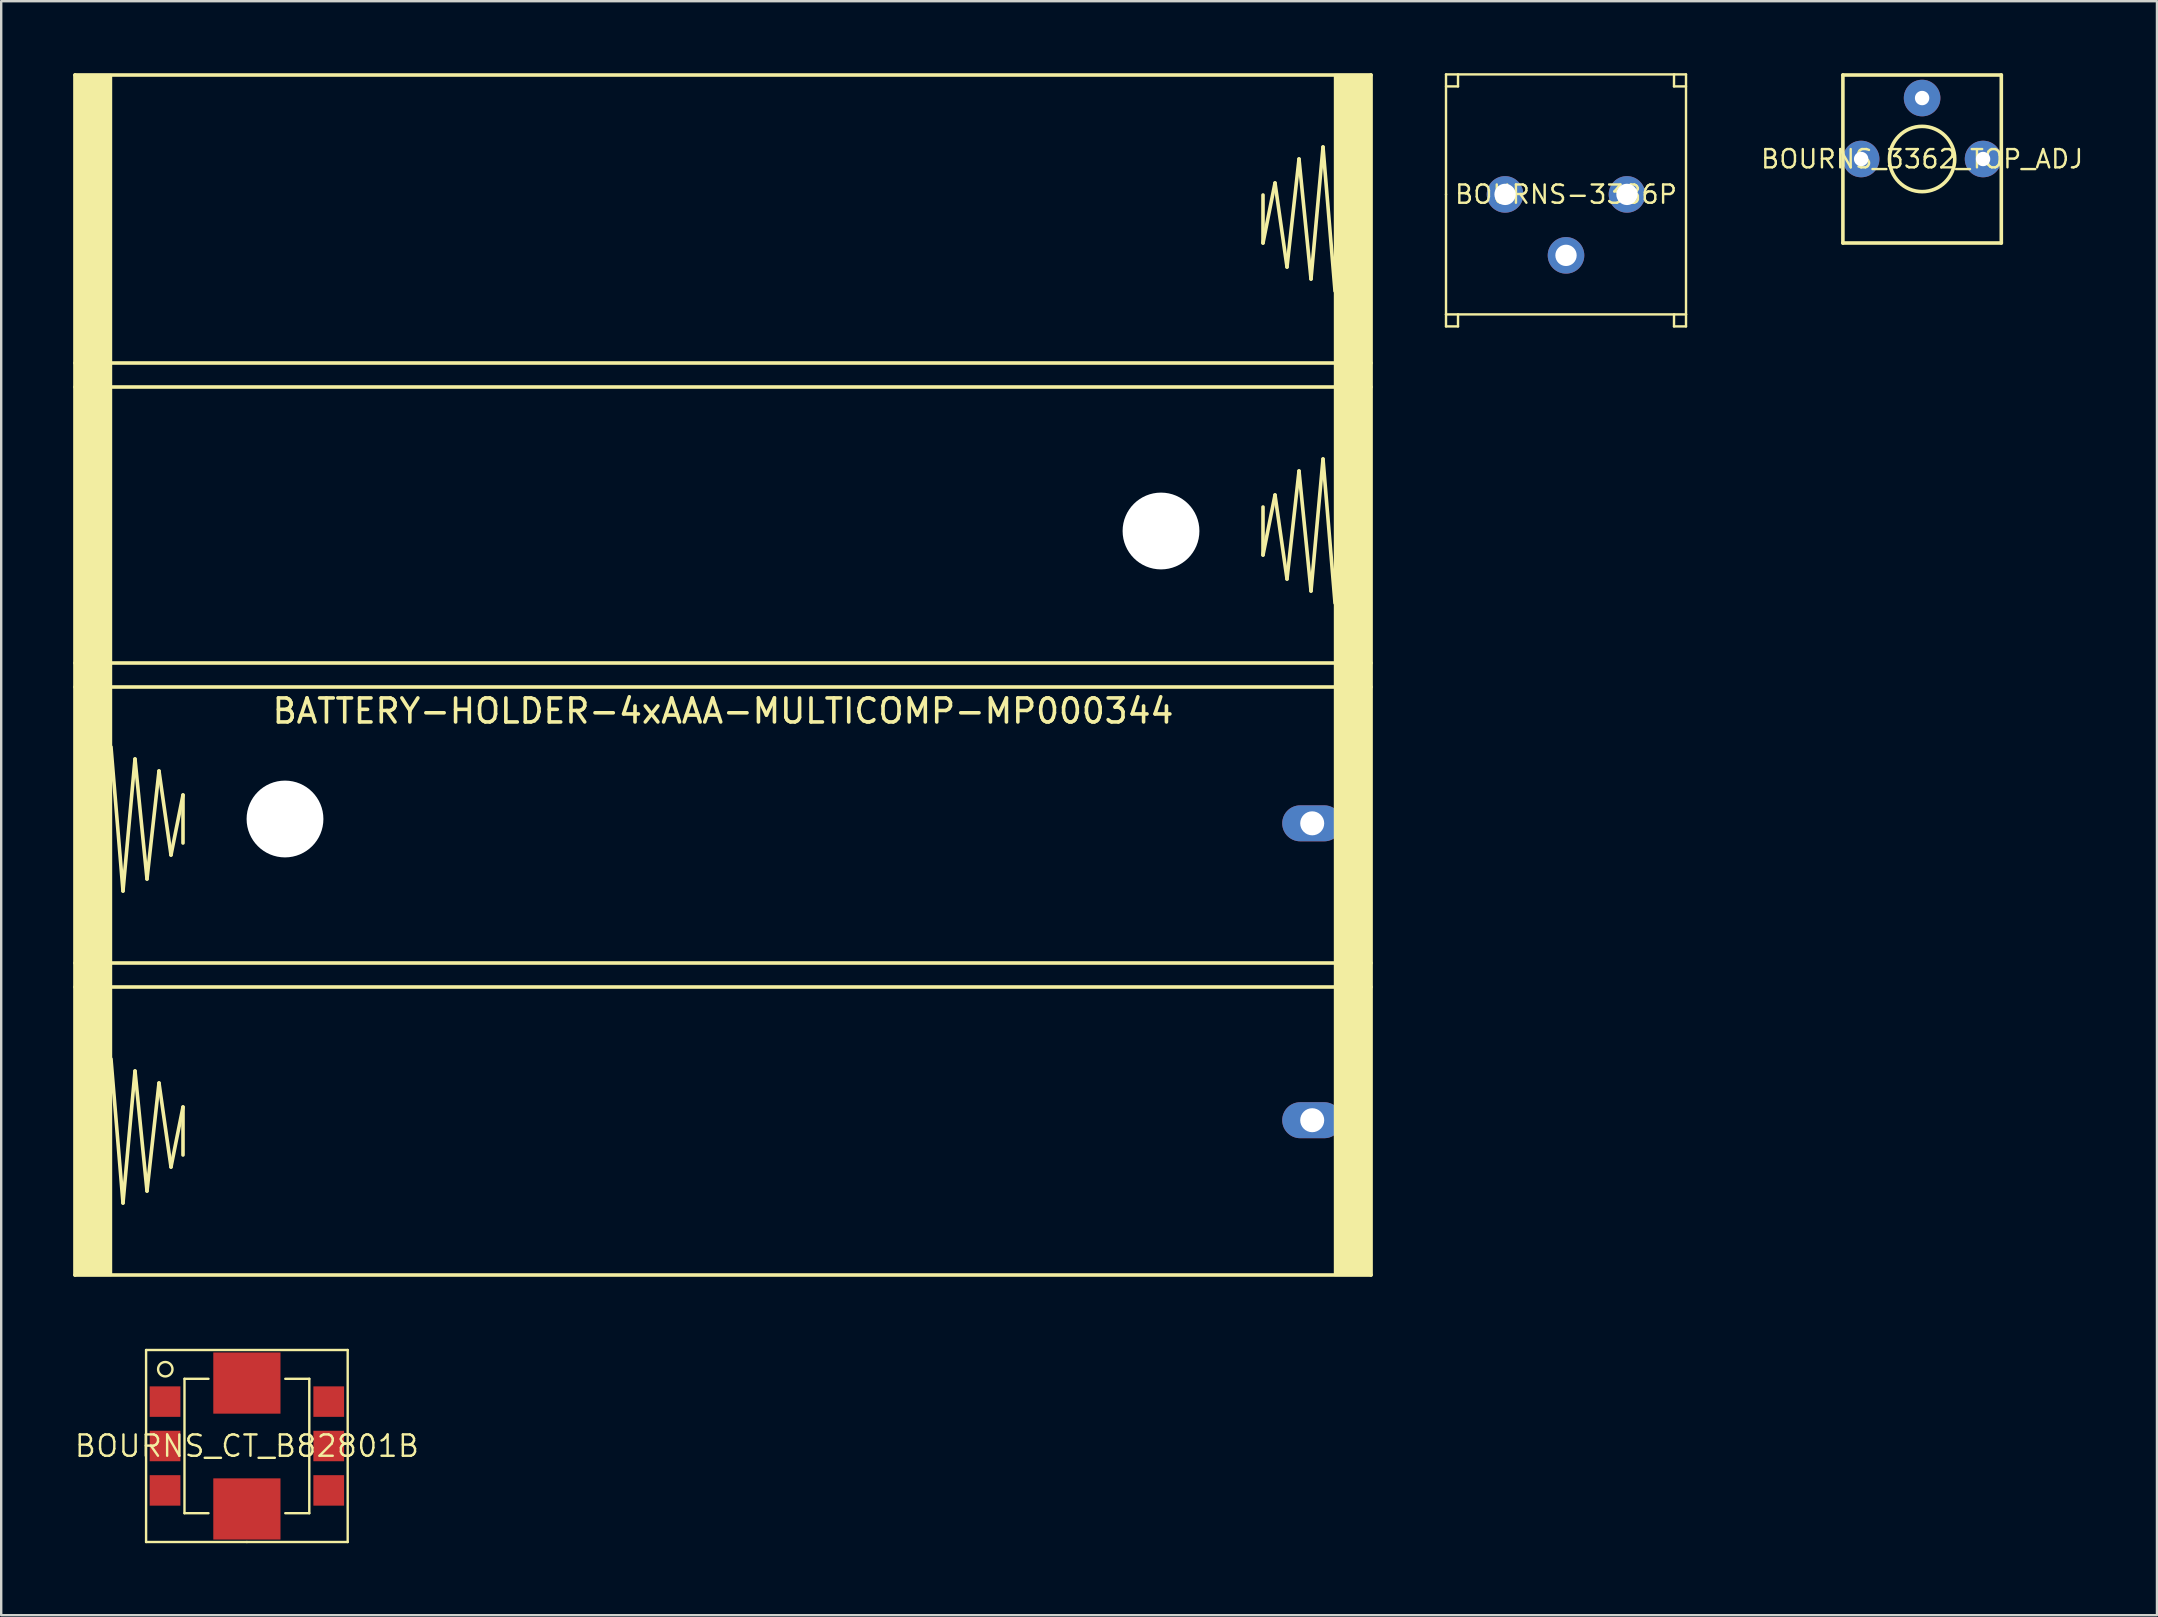
<source format=kicad_pcb>
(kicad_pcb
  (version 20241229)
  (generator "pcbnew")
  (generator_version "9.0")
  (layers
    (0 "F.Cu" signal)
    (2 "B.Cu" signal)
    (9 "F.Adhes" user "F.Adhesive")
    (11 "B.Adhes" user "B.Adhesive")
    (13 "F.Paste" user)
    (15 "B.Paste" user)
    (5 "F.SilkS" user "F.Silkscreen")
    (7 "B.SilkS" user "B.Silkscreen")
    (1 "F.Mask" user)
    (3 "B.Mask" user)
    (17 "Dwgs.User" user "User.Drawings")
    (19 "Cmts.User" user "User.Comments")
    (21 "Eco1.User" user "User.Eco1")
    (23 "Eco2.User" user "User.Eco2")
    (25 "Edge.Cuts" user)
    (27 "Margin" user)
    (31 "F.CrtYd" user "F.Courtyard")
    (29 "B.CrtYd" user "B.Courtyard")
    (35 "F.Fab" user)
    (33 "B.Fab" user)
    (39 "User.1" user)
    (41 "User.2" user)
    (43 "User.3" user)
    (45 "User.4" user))
  (footprint "BOURNS_CT_B82801B"
    (layer "F.Cu")
    (at 7.237 57.2)
    (property "Reference" "BOURNS_CT_B82801B" (at 0 0 0) (layer "F.SilkS") (effects (font (size 0.889 0.889) (thickness 0.1))))
    (attr through_hole)
    (fp_line (start -4.2 -4) (end -4.2 4) (stroke (width 0.1) (type solid)) (layer "F.SilkS"))
    (fp_line (start -2.6 -2.8) (end -2.6 2.8) (stroke (width 0.1) (type solid)) (layer "F.SilkS"))
    (fp_line (start -2.6 -2.8) (end -1.6 -2.8) (stroke (width 0.1) (type solid)) (layer "F.SilkS"))
    (fp_line (start -1.6 2.8) (end -2.6 2.8) (stroke (width 0.1) (type solid)) (layer "F.SilkS"))
    (fp_line (start 0 4) (end -4.2 4) (stroke (width 0.1) (type solid)) (layer "F.SilkS"))
    (fp_line (start 0 4) (end 4.2 4) (stroke (width 0.1) (type solid)) (layer "F.SilkS"))
    (fp_line (start 1.6 -2.8) (end 2.6 -2.8) (stroke (width 0.1) (type solid)) (layer "F.SilkS"))
    (fp_line (start 2.6 -2.8) (end 2.6 2.8) (stroke (width 0.1) (type solid)) (layer "F.SilkS"))
    (fp_line (start 2.6 2.8) (end 1.6 2.8) (stroke (width 0.1) (type solid)) (layer "F.SilkS"))
    (fp_line (start 4.2 -4) (end -4.2 -4) (stroke (width 0.1) (type solid)) (layer "F.SilkS"))
    (fp_line (start 4.2 4) (end 4.2 -4) (stroke (width 0.1) (type solid)) (layer "F.SilkS"))
    (fp_circle (center -3.4 -3.2) (end -3.7 -3.2) (stroke (width 0.1) (type solid)) (fill no) (layer "F.SilkS"))
    (pad "1" smd rect (at -3.41 -1.85) (size 1.28 1.27) (layers "F.Cu" "F.Mask" "F.Paste"))
    (pad "2" smd rect (at -3.41 0) (size 1.28 1.27) (layers "F.Cu" "F.Mask" "F.Paste"))
    (pad "3" smd rect (at -3.41 1.85) (size 1.28 1.27) (layers "F.Cu" "F.Mask" "F.Paste"))
    (pad "4" smd rect (at 3.41 1.85) (size 1.28 1.27) (layers "F.Cu" "F.Mask" "F.Paste"))
    (pad "5" smd rect (at 3.41 0) (size 1.28 1.27) (layers "F.Cu" "F.Mask" "F.Paste"))
    (pad "6" smd rect (at 3.41 -1.85) (size 1.28 1.27) (layers "F.Cu" "F.Mask" "F.Paste"))
    (pad "7" smd rect (at 0 2.623) (size 2.8 2.55) (layers "F.Cu" "F.Mask" "F.Paste"))
    (pad "8" smd rect (at 0 -2.623) (size 2.8 2.55) (layers "F.Cu" "F.Mask" "F.Paste")))
  (footprint "BATTERY-HOLDER-4xAAA-MULTICOMP-MP000344"
    (layer "F.Cu")
    (at 27.075 25.075)
    (property "Reference" "BATTERY-HOLDER-4xAAA-MULTICOMP-MP000344" (at 0 1.5 0) (layer "F.SilkS") (effects (font (size 1 1) (thickness 0.15))))
    (attr through_hole)
    (fp_line (start -27 -25) (end 27 -25) (stroke (width 0.15) (type solid)) (layer "F.SilkS"))
    (fp_line (start -27 -13) (end 27 -13) (stroke (width 0.15) (type solid)) (layer "F.SilkS"))
    (fp_line (start -27 -0.5) (end 27 -0.5) (stroke (width 0.15) (type solid)) (layer "F.SilkS"))
    (fp_line (start -27 0.5) (end 27 0.5) (stroke (width 0.15) (type solid)) (layer "F.SilkS"))
    (fp_line (start -27 13) (end 27 13) (stroke (width 0.15) (type solid)) (layer "F.SilkS"))
    (fp_line (start -27 25) (end -27 -25) (stroke (width 0.15) (type solid)) (layer "F.SilkS"))
    (fp_line (start -25.5 3) (end -25 9) (stroke (width 0.15) (type solid)) (layer "F.SilkS"))
    (fp_line (start -25.5 16) (end -25 22) (stroke (width 0.15) (type solid)) (layer "F.SilkS"))
    (fp_line (start -25 9) (end -24.5 3.5) (stroke (width 0.15) (type solid)) (layer "F.SilkS"))
    (fp_line (start -25 22) (end -24.5 16.5) (stroke (width 0.15) (type solid)) (layer "F.SilkS"))
    (fp_line (start -24.5 3.5) (end -24 8.5) (stroke (width 0.15) (type solid)) (layer "F.SilkS"))
    (fp_line (start -24.5 16.5) (end -24 21.5) (stroke (width 0.15) (type solid)) (layer "F.SilkS"))
    (fp_line (start -24 8.5) (end -23.5 4) (stroke (width 0.15) (type solid)) (layer "F.SilkS"))
    (fp_line (start -24 21.5) (end -23.5 17) (stroke (width 0.15) (type solid)) (layer "F.SilkS"))
    (fp_line (start -23.5 4) (end -23 7.5) (stroke (width 0.15) (type solid)) (layer "F.SilkS"))
    (fp_line (start -23.5 17) (end -23 20.5) (stroke (width 0.15) (type solid)) (layer "F.SilkS"))
    (fp_line (start -23 7.5) (end -22.5 5) (stroke (width 0.15) (type solid)) (layer "F.SilkS"))
    (fp_line (start -23 20.5) (end -22.5 18) (stroke (width 0.15) (type solid)) (layer "F.SilkS"))
    (fp_line (start -22.5 5) (end -22.5 7) (stroke (width 0.15) (type solid)) (layer "F.SilkS"))
    (fp_line (start -22.5 18) (end -22.5 20) (stroke (width 0.15) (type solid)) (layer "F.SilkS"))
    (fp_line (start 22.5 -18) (end 22.5 -20) (stroke (width 0.15) (type solid)) (layer "F.SilkS"))
    (fp_line (start 22.5 -5) (end 22.5 -7) (stroke (width 0.15) (type solid)) (layer "F.SilkS"))
    (fp_line (start 23 -20.5) (end 22.5 -18) (stroke (width 0.15) (type solid)) (layer "F.SilkS"))
    (fp_line (start 23 -7.5) (end 22.5 -5) (stroke (width 0.15) (type solid)) (layer "F.SilkS"))
    (fp_line (start 23.5 -17) (end 23 -20.5) (stroke (width 0.15) (type solid)) (layer "F.SilkS"))
    (fp_line (start 23.5 -4) (end 23 -7.5) (stroke (width 0.15) (type solid)) (layer "F.SilkS"))
    (fp_line (start 24 -21.5) (end 23.5 -17) (stroke (width 0.15) (type solid)) (layer "F.SilkS"))
    (fp_line (start 24 -8.5) (end 23.5 -4) (stroke (width 0.15) (type solid)) (layer "F.SilkS"))
    (fp_line (start 24.5 -16.5) (end 24 -21.5) (stroke (width 0.15) (type solid)) (layer "F.SilkS"))
    (fp_line (start 24.5 -3.5) (end 24 -8.5) (stroke (width 0.15) (type solid)) (layer "F.SilkS"))
    (fp_line (start 25 -22) (end 24.5 -16.5) (stroke (width 0.15) (type solid)) (layer "F.SilkS"))
    (fp_line (start 25 -9) (end 24.5 -3.5) (stroke (width 0.15) (type solid)) (layer "F.SilkS"))
    (fp_line (start 25.5 -16) (end 25 -22) (stroke (width 0.15) (type solid)) (layer "F.SilkS"))
    (fp_line (start 25.5 -3) (end 25 -9) (stroke (width 0.15) (type solid)) (layer "F.SilkS"))
    (fp_line (start 27 -25) (end 27 25) (stroke (width 0.15) (type solid)) (layer "F.SilkS"))
    (fp_line (start 27 -12) (end -27 -12) (stroke (width 0.15) (type solid)) (layer "F.SilkS"))
    (fp_line (start 27 12) (end -27 12) (stroke (width 0.15) (type solid)) (layer "F.SilkS"))
    (fp_line (start 27 25) (end -27 25) (stroke (width 0.15) (type solid)) (layer "F.SilkS"))
    (fp_poly (pts (xy -25.5 25) (xy -27 25) (xy -27 -25) (xy -25.5 -25)) (stroke (width 0.1) (type solid)) (fill yes) (layer "F.SilkS"))
    (fp_poly (pts (xy 27 25) (xy 25.5 25) (xy 25.5 -25) (xy 27 -25)) (stroke (width 0.1) (type solid)) (fill yes) (layer "F.SilkS"))
    (pad "" np_thru_hole circle (at -18.25 6) (size 3.2 3.2) (drill 3.2) (layers "*.Cu" "*.Mask"))
    (pad "" np_thru_hole circle (at 18.25 -6) (size 3.2 3.2) (drill 3.2) (layers "*.Cu" "*.Mask"))
    (pad "1" thru_hole oval (at 24.55 18.55) (size 2.5 1.5) (drill 1) (layers "*.Cu" "*.Mask"))
    (pad "2" thru_hole oval (at 24.55 6.18) (size 2.5 1.5) (drill 1) (layers "*.Cu" "*.Mask")))
  (footprint "BOURNS_3362_TOP_ADJ"
    (layer "F.Cu")
    (at 77.037 3.575)
    (property "Reference" "BOURNS_3362_TOP_ADJ" (at 0 0 0) (layer "F.SilkS") (effects (font (size 0.762 0.762) (thickness 0.1))))
    (attr through_hole)
    (fp_line (start -3.3 -3.5) (end 3.3 -3.5) (stroke (width 0.15) (type solid)) (layer "F.SilkS"))
    (fp_line (start -3.3 3.5) (end -3.3 -3.5) (stroke (width 0.15) (type solid)) (layer "F.SilkS"))
    (fp_line (start 3.3 -3.5) (end 3.3 3.5) (stroke (width 0.15) (type solid)) (layer "F.SilkS"))
    (fp_line (start 3.3 3.5) (end -3.3 3.5) (stroke (width 0.15) (type solid)) (layer "F.SilkS"))
    (fp_circle (center 0 0) (end 1.1 0.8) (stroke (width 0.15) (type solid)) (fill no) (layer "F.SilkS"))
    (pad "1" thru_hole circle (at -2.54 0) (size 1.524 1.524) (drill 0.6) (layers "*.Cu" "*.Mask"))
    (pad "1" thru_hole circle (at 0 -2.54) (size 1.524 1.524) (drill 0.6) (layers "*.Cu" "*.Mask"))
    (pad "3" thru_hole circle (at 2.54 0) (size 1.524 1.524) (drill 0.6) (layers "*.Cu" "*.Mask")))
  (footprint "BOURNS-3386P"
    (layer "F.Cu")
    (at 62.2 5.05)
    (property "Reference" "BOURNS-3386P" (at 0 0 0) (layer "F.SilkS") (effects (font (size 0.762 0.762) (thickness 0.1))))
    (attr through_hole)
    (fp_line (start -5 -5) (end 5 -5) (stroke (width 0.1) (type solid)) (layer "F.SilkS"))
    (fp_line (start -5 -4.5) (end -4.5 -4.5) (stroke (width 0.1) (type solid)) (layer "F.SilkS"))
    (fp_line (start -5 0) (end -5 -5) (stroke (width 0.1) (type solid)) (layer "F.SilkS"))
    (fp_line (start -5 5) (end -5 0) (stroke (width 0.1) (type solid)) (layer "F.SilkS"))
    (fp_line (start -5 5) (end -5 5.5) (stroke (width 0.1) (type solid)) (layer "F.SilkS"))
    (fp_line (start -5 5.5) (end -4.5 5.5) (stroke (width 0.1) (type solid)) (layer "F.SilkS"))
    (fp_line (start -4.5 -4.5) (end -4.5 -5) (stroke (width 0.1) (type solid)) (layer "F.SilkS"))
    (fp_line (start -4.5 5.5) (end -4.5 5) (stroke (width 0.1) (type solid)) (layer "F.SilkS"))
    (fp_line (start 4.5 -5) (end 4.5 -4.5) (stroke (width 0.1) (type solid)) (layer "F.SilkS"))
    (fp_line (start 4.5 -4.5) (end 5 -4.5) (stroke (width 0.1) (type solid)) (layer "F.SilkS"))
    (fp_line (start 4.5 5.5) (end 4.5 5) (stroke (width 0.1) (type solid)) (layer "F.SilkS"))
    (fp_line (start 5 -5) (end 5 5) (stroke (width 0.1) (type solid)) (layer "F.SilkS"))
    (fp_line (start 5 5) (end -5 5) (stroke (width 0.1) (type solid)) (layer "F.SilkS"))
    (fp_line (start 5 5) (end 5 5.5) (stroke (width 0.1) (type solid)) (layer "F.SilkS"))
    (fp_line (start 5 5.5) (end 4.5 5.5) (stroke (width 0.1) (type solid)) (layer "F.SilkS"))
    (pad "1" thru_hole circle (at 2.54 0) (size 1.524 1.524) (drill 0.889) (layers "*.Cu" "*.Mask"))
    (pad "2" thru_hole circle (at 0 2.54) (size 1.524 1.524) (drill 0.889) (layers "*.Cu" "*.Mask"))
    (pad "3" thru_hole circle (at -2.54 0) (size 1.524 1.524) (drill 0.889) (layers "*.Cu" "*.Mask")))
  (gr_rect
    (start -3 -3)
    (end 86.823 64.25)
    (stroke (width 0.1) (type default))
    (fill no)
    (layer "Edge.Cuts")))
</source>
